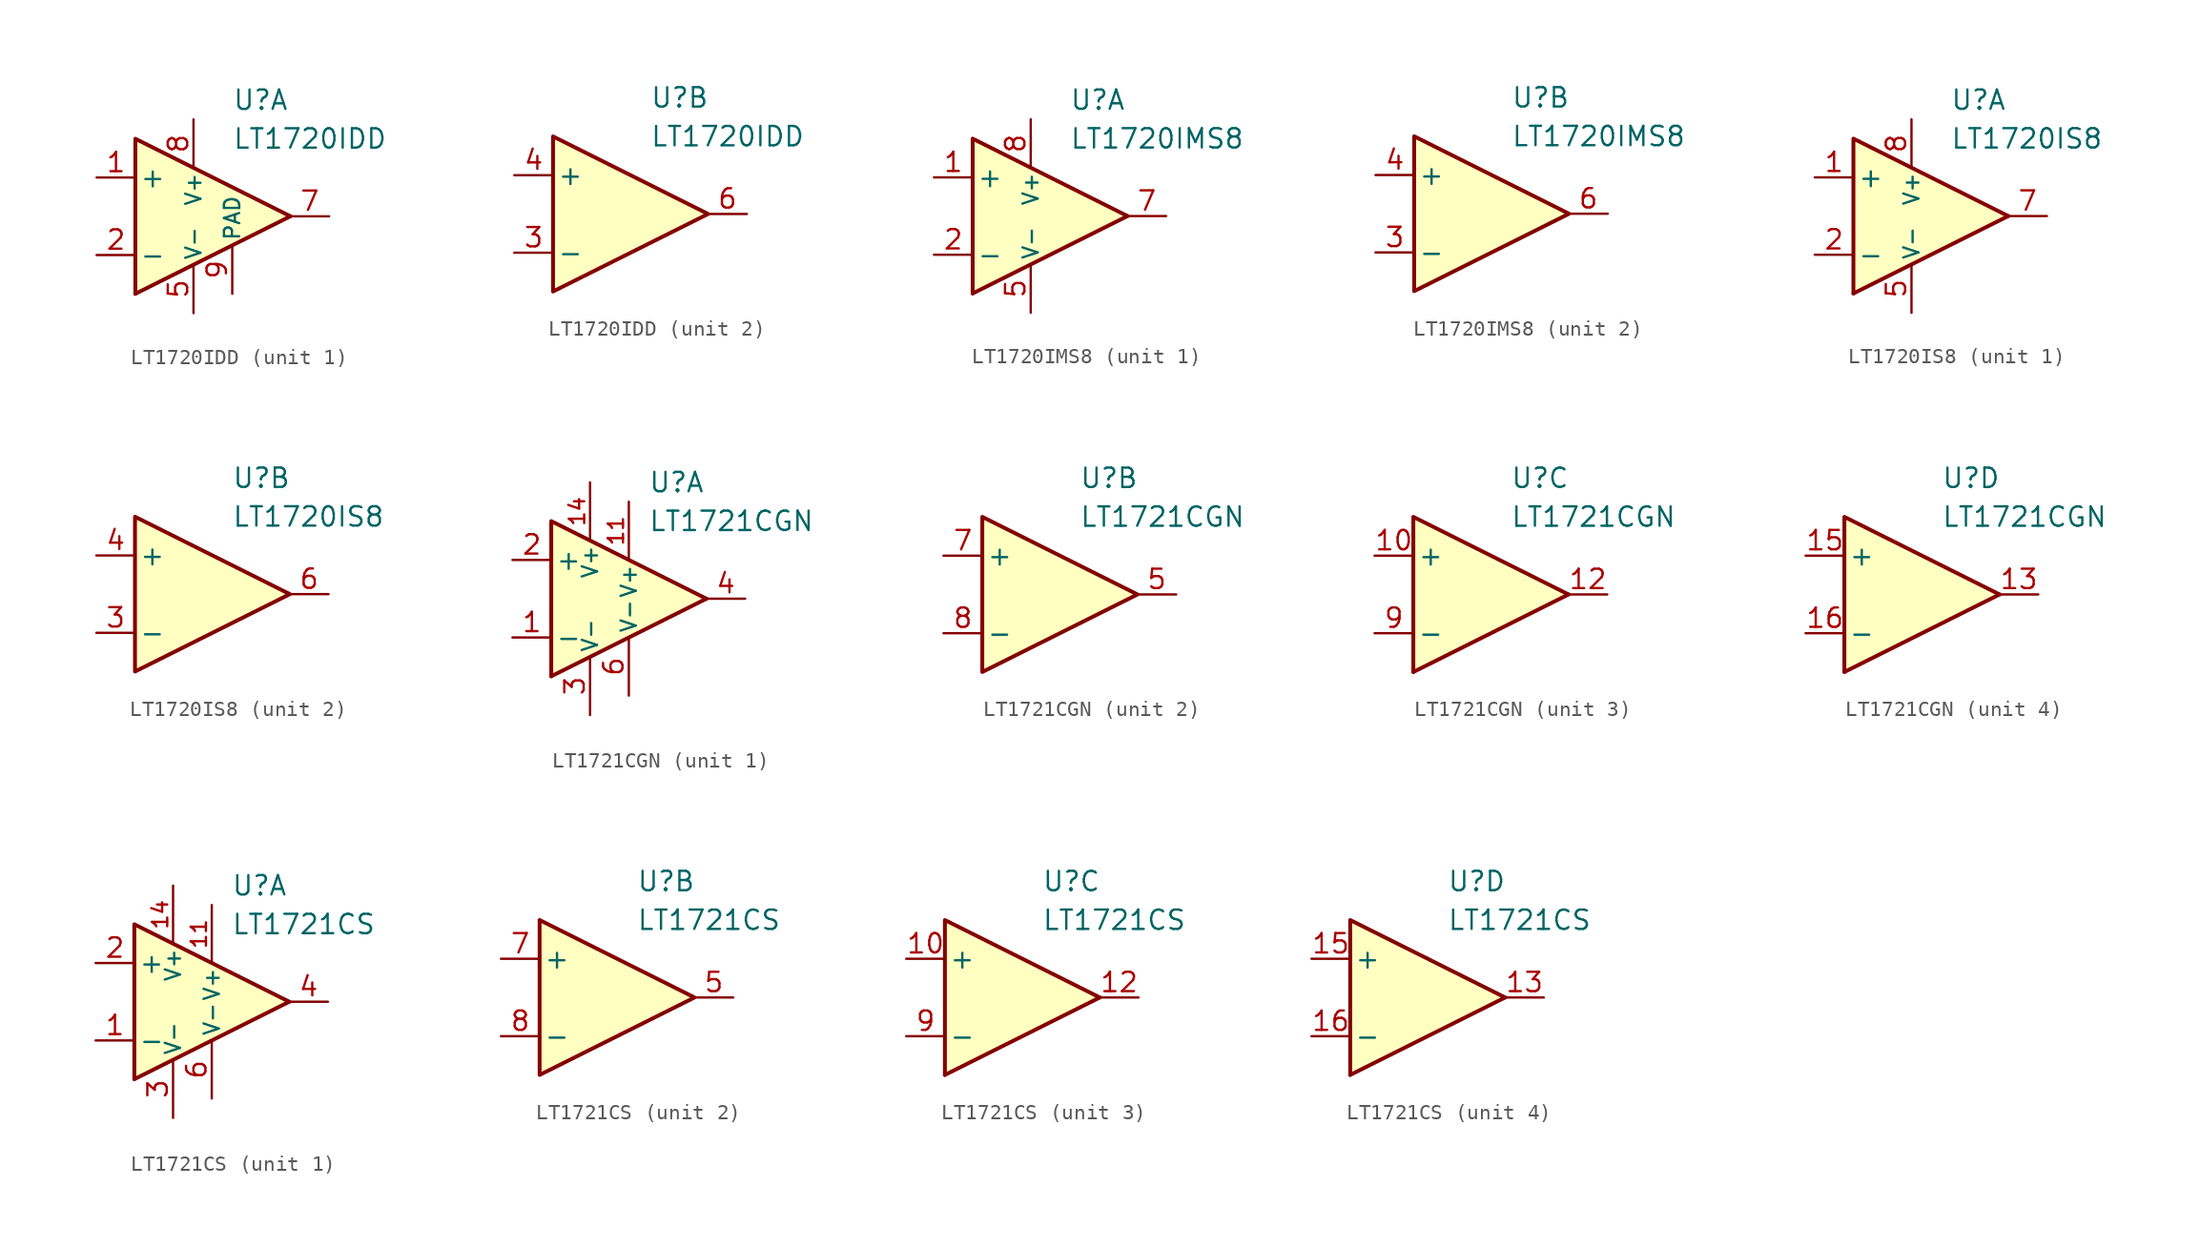
<source format=kicad_sym>
(kicad_symbol_lib
  (version 20231120)
  (generator "kicad_symbol_editor")
  (generator_version "8.0")
  (symbol "LT1720IDD"
    (pin_names
      (offset 0.254))
    (property "Reference" "U"
      (at 2.54 7.62 0)
      (effects (font (size 1.27 1.27)) (justify left)))
    (property "Value" "LT1720IDD"
      (at 2.54 5.08 0)
      (effects (font (size 1.27 1.27)) (justify left)))
    (property "ki_locked" ""
      (at 0 0 0)
      (effects (font (size 1.27 1.27))))
    (symbol "LT1720IDD_1_0"
      (polyline (pts (xy 6.35 0) (xy -3.81 -5.08)) (stroke (width 0.254) (type default)) (fill (type none)))
      (polyline (pts (xy 6.35 0) (xy -3.81 5.08) (xy -3.81 -5.08)) (stroke (width 0.254) (type default)) (fill (type background))))
    (symbol "LT1720IDD_1_1"
      (pin input line (at -6.35 2.54 0) (length 2.54) (name "+" (effects (font (size 1.27 1.27)))) (number "1" (effects (font (size 1.27 1.27)))))
      (pin input line (at -6.35 -2.54 0) (length 2.54) (name "-" (effects (font (size 1.27 1.27)))) (number "2" (effects (font (size 1.27 1.27)))))
      (pin power_in line (at 0 -6.35 90) (length 3.18) (name "V-" (effects (font (size 1 1)))) (number "5" (effects (font (size 1.27 1.27)))))
      (pin output line (at 8.89 0 180) (length 2.54) (name "~" (effects (font (size 1.27 1.27)))) (number "7" (effects (font (size 1.27 1.27)))))
      (pin power_in line (at 0 6.35 270) (length 3.18) (name "V+" (effects (font (size 1 1)))) (number "8" (effects (font (size 1.27 1.27)))))
      (pin power_in line (at 2.54 -5.08 90) (length 3.18) (name "PAD" (effects (font (size 1 1)))) (number "9" (effects (font (size 1.27 1.27))))))
    (symbol "LT1720IDD_2_0"
      (polyline (pts (xy 6.35 0) (xy -3.81 5.08) (xy -3.81 -5.08) (xy 6.35 0)) (stroke (width 0.254) (type default)) (fill (type background))))
    (symbol "LT1720IDD_2_1"
      (pin input line (at -6.35 -2.54 0) (length 2.54) (name "-" (effects (font (size 1.27 1.27)))) (number "3" (effects (font (size 1.27 1.27)))))
      (pin input line (at -6.35 2.54 0) (length 2.54) (name "+" (effects (font (size 1.27 1.27)))) (number "4" (effects (font (size 1.27 1.27)))))
      (pin output line (at 8.89 0 180) (length 2.54) (name "~" (effects (font (size 1.27 1.27)))) (number "6" (effects (font (size 1.27 1.27)))))))
  (symbol "LT1720IMS8"
    (pin_names
      (offset 0.254))
    (property "Reference" "U"
      (at 2.54 7.62 0)
      (effects (font (size 1.27 1.27)) (justify left)))
    (property "Value" "LT1720IMS8"
      (at 2.54 5.08 0)
      (effects (font (size 1.27 1.27)) (justify left)))
    (property "ki_locked" ""
      (at 0 0 0)
      (effects (font (size 1.27 1.27))))
    (symbol "LT1720IMS8_1_0"
      (polyline (pts (xy 6.35 0) (xy -3.81 -5.08)) (stroke (width 0.254) (type default)) (fill (type none)))
      (polyline (pts (xy 6.35 0) (xy -3.81 5.08) (xy -3.81 -5.08)) (stroke (width 0.254) (type default)) (fill (type background))))
    (symbol "LT1720IMS8_1_1"
      (pin input line (at -6.35 2.54 0) (length 2.54) (name "+" (effects (font (size 1.27 1.27)))) (number "1" (effects (font (size 1.27 1.27)))))
      (pin input line (at -6.35 -2.54 0) (length 2.54) (name "-" (effects (font (size 1.27 1.27)))) (number "2" (effects (font (size 1.27 1.27)))))
      (pin power_in line (at 0 -6.35 90) (length 3.18) (name "V-" (effects (font (size 1 1)))) (number "5" (effects (font (size 1.27 1.27)))))
      (pin output line (at 8.89 0 180) (length 2.54) (name "~" (effects (font (size 1.27 1.27)))) (number "7" (effects (font (size 1.27 1.27)))))
      (pin power_in line (at 0 6.35 270) (length 3.18) (name "V+" (effects (font (size 1 1)))) (number "8" (effects (font (size 1.27 1.27))))))
    (symbol "LT1720IMS8_2_0"
      (polyline (pts (xy 6.35 0) (xy -3.81 5.08) (xy -3.81 -5.08) (xy 6.35 0)) (stroke (width 0.254) (type default)) (fill (type background))))
    (symbol "LT1720IMS8_2_1"
      (pin input line (at -6.35 -2.54 0) (length 2.54) (name "-" (effects (font (size 1.27 1.27)))) (number "3" (effects (font (size 1.27 1.27)))))
      (pin input line (at -6.35 2.54 0) (length 2.54) (name "+" (effects (font (size 1.27 1.27)))) (number "4" (effects (font (size 1.27 1.27)))))
      (pin output line (at 8.89 0 180) (length 2.54) (name "~" (effects (font (size 1.27 1.27)))) (number "6" (effects (font (size 1.27 1.27)))))))
  (symbol "LT1720IS8"
    (pin_names
      (offset 0.254))
    (property "Reference" "U"
      (at 2.54 7.62 0)
      (effects (font (size 1.27 1.27)) (justify left)))
    (property "Value" "LT1720IS8"
      (at 2.54 5.08 0)
      (effects (font (size 1.27 1.27)) (justify left)))
    (property "ki_locked" ""
      (at 0 0 0)
      (effects (font (size 1.27 1.27))))
    (symbol "LT1720IS8_1_0"
      (polyline (pts (xy 6.35 0) (xy -3.81 -5.08)) (stroke (width 0.254) (type default)) (fill (type none)))
      (polyline (pts (xy 6.35 0) (xy -3.81 5.08) (xy -3.81 -5.08)) (stroke (width 0.254) (type default)) (fill (type background))))
    (symbol "LT1720IS8_1_1"
      (pin input line (at -6.35 2.54 0) (length 2.54) (name "+" (effects (font (size 1.27 1.27)))) (number "1" (effects (font (size 1.27 1.27)))))
      (pin input line (at -6.35 -2.54 0) (length 2.54) (name "-" (effects (font (size 1.27 1.27)))) (number "2" (effects (font (size 1.27 1.27)))))
      (pin power_in line (at 0 -6.35 90) (length 3.18) (name "V-" (effects (font (size 1 1)))) (number "5" (effects (font (size 1.27 1.27)))))
      (pin output line (at 8.89 0 180) (length 2.54) (name "~" (effects (font (size 1.27 1.27)))) (number "7" (effects (font (size 1.27 1.27)))))
      (pin power_in line (at 0 6.35 270) (length 3.18) (name "V+" (effects (font (size 1 1)))) (number "8" (effects (font (size 1.27 1.27))))))
    (symbol "LT1720IS8_2_0"
      (polyline (pts (xy 6.35 0) (xy -3.81 5.08) (xy -3.81 -5.08) (xy 6.35 0)) (stroke (width 0.254) (type default)) (fill (type background))))
    (symbol "LT1720IS8_2_1"
      (pin input line (at -6.35 -2.54 0) (length 2.54) (name "-" (effects (font (size 1.27 1.27)))) (number "3" (effects (font (size 1.27 1.27)))))
      (pin input line (at -6.35 2.54 0) (length 2.54) (name "+" (effects (font (size 1.27 1.27)))) (number "4" (effects (font (size 1.27 1.27)))))
      (pin output line (at 8.89 0 180) (length 2.54) (name "~" (effects (font (size 1.27 1.27)))) (number "6" (effects (font (size 1.27 1.27)))))))
  (symbol "LT1721CGN"
    (pin_names
      (offset 0.254))
    (property "Reference" "U"
      (at 2.54 7.62 0)
      (effects (font (size 1.27 1.27)) (justify left)))
    (property "Value" "LT1721CGN"
      (at 2.54 5.08 0)
      (effects (font (size 1.27 1.27)) (justify left)))
    (property "ki_locked" ""
      (at 0 0 0)
      (effects (font (size 1.27 1.27))))
    (symbol "LT1721CGN_1_0"
      (polyline (pts (xy 6.35 0) (xy -3.81 -5.08)) (stroke (width 0.254) (type default)) (fill (type none)))
      (polyline (pts (xy 6.35 0) (xy -3.81 5.08) (xy -3.81 -5.08)) (stroke (width 0.254) (type default)) (fill (type background))))
    (symbol "LT1721CGN_1_1"
      (pin input line (at -6.35 -2.54 0) (length 2.54) (name "-" (effects (font (size 1.27 1.27)))) (number "1" (effects (font (size 1.27 1.27)))))
      (pin power_in line (at 1.27 6.35 270) (length 3.81) (name "V+" (effects (font (size 1 1)))) (number "11" (effects (font (size 1 1)))))
      (pin power_in line (at -1.27 7.62 270) (length 3.81) (name "V+" (effects (font (size 1 1)))) (number "14" (effects (font (size 1 1)))))
      (pin input line (at -6.35 2.54 0) (length 2.54) (name "+" (effects (font (size 1.27 1.27)))) (number "2" (effects (font (size 1.27 1.27)))))
      (pin power_in line (at -1.27 -7.62 90) (length 3.81) (name "V-" (effects (font (size 1 1)))) (number "3" (effects (font (size 1.27 1.27)))))
      (pin output line (at 8.89 0 180) (length 2.54) (name "~" (effects (font (size 1.27 1.27)))) (number "4" (effects (font (size 1.27 1.27)))))
      (pin power_in line (at 1.27 -6.35 90) (length 3.81) (name "V-" (effects (font (size 1 1)))) (number "6" (effects (font (size 1.27 1.27))))))
    (symbol "LT1721CGN_2_0"
      (polyline (pts (xy 6.35 0) (xy -3.81 5.08) (xy -3.81 -5.08) (xy 6.35 0)) (stroke (width 0.254) (type default)) (fill (type background))))
    (symbol "LT1721CGN_2_1"
      (pin output line (at 8.89 0 180) (length 2.54) (name "~" (effects (font (size 1.27 1.27)))) (number "5" (effects (font (size 1.27 1.27)))))
      (pin input line (at -6.35 2.54 0) (length 2.54) (name "+" (effects (font (size 1.27 1.27)))) (number "7" (effects (font (size 1.27 1.27)))))
      (pin input line (at -6.35 -2.54 0) (length 2.54) (name "-" (effects (font (size 1.27 1.27)))) (number "8" (effects (font (size 1.27 1.27))))))
    (symbol "LT1721CGN_3_0"
      (polyline (pts (xy 6.35 0) (xy -3.81 -5.08)) (stroke (width 0.254) (type default)) (fill (type none)))
      (polyline (pts (xy 6.35 0) (xy -3.81 5.08) (xy -3.81 -5.08)) (stroke (width 0.254) (type default)) (fill (type background))))
    (symbol "LT1721CGN_3_1"
      (pin input line (at -6.35 2.54 0) (length 2.54) (name "+" (effects (font (size 1.27 1.27)))) (number "10" (effects (font (size 1.27 1.27)))))
      (pin output line (at 8.89 0 180) (length 2.54) (name "~" (effects (font (size 1.27 1.27)))) (number "12" (effects (font (size 1.27 1.27)))))
      (pin input line (at -6.35 -2.54 0) (length 2.54) (name "-" (effects (font (size 1.27 1.27)))) (number "9" (effects (font (size 1.27 1.27))))))
    (symbol "LT1721CGN_4_0"
      (polyline (pts (xy 6.35 0) (xy -3.81 -5.08)) (stroke (width 0.254) (type default)) (fill (type none)))
      (polyline (pts (xy 6.35 0) (xy -3.81 5.08) (xy -3.81 -5.08)) (stroke (width 0.254) (type default)) (fill (type background))))
    (symbol "LT1721CGN_4_1"
      (pin output line (at 8.89 0 180) (length 2.54) (name "~" (effects (font (size 1.27 1.27)))) (number "13" (effects (font (size 1.27 1.27)))))
      (pin input line (at -6.35 2.54 0) (length 2.54) (name "+" (effects (font (size 1.27 1.27)))) (number "15" (effects (font (size 1.27 1.27)))))
      (pin input line (at -6.35 -2.54 0) (length 2.54) (name "-" (effects (font (size 1.27 1.27)))) (number "16" (effects (font (size 1.27 1.27)))))))
  (symbol "LT1721CS"
    (pin_names
      (offset 0.254))
    (property "Reference" "U"
      (at 2.54 7.62 0)
      (effects (font (size 1.27 1.27)) (justify left)))
    (property "Value" "LT1721CS"
      (at 2.54 5.08 0)
      (effects (font (size 1.27 1.27)) (justify left)))
    (property "ki_locked" ""
      (at 0 0 0)
      (effects (font (size 1.27 1.27))))
    (symbol "LT1721CS_1_0"
      (polyline (pts (xy 6.35 0) (xy -3.81 -5.08)) (stroke (width 0.254) (type default)) (fill (type none)))
      (polyline (pts (xy 6.35 0) (xy -3.81 5.08) (xy -3.81 -5.08)) (stroke (width 0.254) (type default)) (fill (type background))))
    (symbol "LT1721CS_1_1"
      (pin input line (at -6.35 -2.54 0) (length 2.54) (name "-" (effects (font (size 1.27 1.27)))) (number "1" (effects (font (size 1.27 1.27)))))
      (pin power_in line (at 1.27 6.35 270) (length 3.81) (name "V+" (effects (font (size 1 1)))) (number "11" (effects (font (size 1 1)))))
      (pin power_in line (at -1.27 7.62 270) (length 3.81) (name "V+" (effects (font (size 1 1)))) (number "14" (effects (font (size 1 1)))))
      (pin input line (at -6.35 2.54 0) (length 2.54) (name "+" (effects (font (size 1.27 1.27)))) (number "2" (effects (font (size 1.27 1.27)))))
      (pin power_in line (at -1.27 -7.62 90) (length 3.81) (name "V-" (effects (font (size 1 1)))) (number "3" (effects (font (size 1.27 1.27)))))
      (pin output line (at 8.89 0 180) (length 2.54) (name "~" (effects (font (size 1.27 1.27)))) (number "4" (effects (font (size 1.27 1.27)))))
      (pin power_in line (at 1.27 -6.35 90) (length 3.81) (name "V-" (effects (font (size 1 1)))) (number "6" (effects (font (size 1.27 1.27))))))
    (symbol "LT1721CS_2_0"
      (polyline (pts (xy 6.35 0) (xy -3.81 5.08) (xy -3.81 -5.08) (xy 6.35 0)) (stroke (width 0.254) (type default)) (fill (type background))))
    (symbol "LT1721CS_2_1"
      (pin output line (at 8.89 0 180) (length 2.54) (name "~" (effects (font (size 1.27 1.27)))) (number "5" (effects (font (size 1.27 1.27)))))
      (pin input line (at -6.35 2.54 0) (length 2.54) (name "+" (effects (font (size 1.27 1.27)))) (number "7" (effects (font (size 1.27 1.27)))))
      (pin input line (at -6.35 -2.54 0) (length 2.54) (name "-" (effects (font (size 1.27 1.27)))) (number "8" (effects (font (size 1.27 1.27))))))
    (symbol "LT1721CS_3_0"
      (polyline (pts (xy 6.35 0) (xy -3.81 -5.08)) (stroke (width 0.254) (type default)) (fill (type none)))
      (polyline (pts (xy 6.35 0) (xy -3.81 5.08) (xy -3.81 -5.08)) (stroke (width 0.254) (type default)) (fill (type background))))
    (symbol "LT1721CS_3_1"
      (pin input line (at -6.35 2.54 0) (length 2.54) (name "+" (effects (font (size 1.27 1.27)))) (number "10" (effects (font (size 1.27 1.27)))))
      (pin output line (at 8.89 0 180) (length 2.54) (name "~" (effects (font (size 1.27 1.27)))) (number "12" (effects (font (size 1.27 1.27)))))
      (pin input line (at -6.35 -2.54 0) (length 2.54) (name "-" (effects (font (size 1.27 1.27)))) (number "9" (effects (font (size 1.27 1.27))))))
    (symbol "LT1721CS_4_0"
      (polyline (pts (xy 6.35 0) (xy -3.81 -5.08)) (stroke (width 0.254) (type default)) (fill (type none)))
      (polyline (pts (xy 6.35 0) (xy -3.81 5.08) (xy -3.81 -5.08)) (stroke (width 0.254) (type default)) (fill (type background))))
    (symbol "LT1721CS_4_1"
      (pin output line (at 8.89 0 180) (length 2.54) (name "~" (effects (font (size 1.27 1.27)))) (number "13" (effects (font (size 1.27 1.27)))))
      (pin input line (at -6.35 2.54 0) (length 2.54) (name "+" (effects (font (size 1.27 1.27)))) (number "15" (effects (font (size 1.27 1.27)))))
      (pin input line (at -6.35 -2.54 0) (length 2.54) (name "-" (effects (font (size 1.27 1.27)))) (number "16" (effects (font (size 1.27 1.27))))))))
</source>
